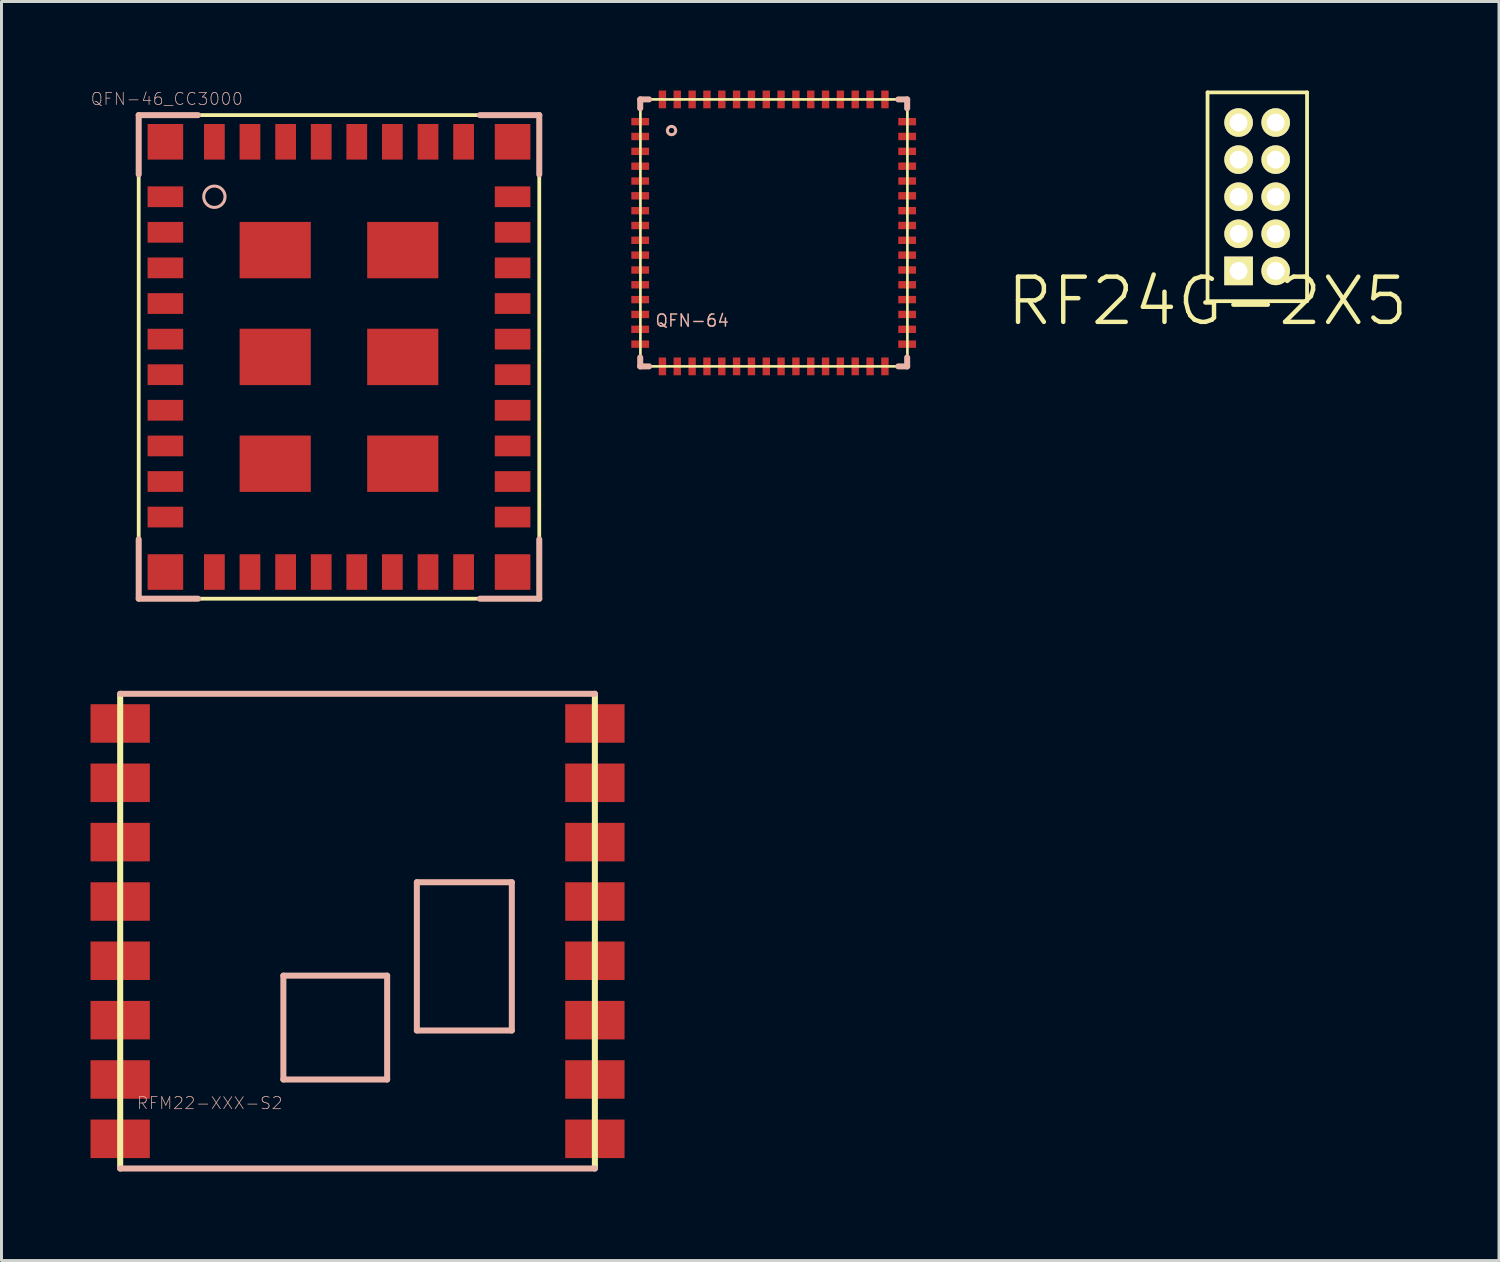
<source format=kicad_pcb>
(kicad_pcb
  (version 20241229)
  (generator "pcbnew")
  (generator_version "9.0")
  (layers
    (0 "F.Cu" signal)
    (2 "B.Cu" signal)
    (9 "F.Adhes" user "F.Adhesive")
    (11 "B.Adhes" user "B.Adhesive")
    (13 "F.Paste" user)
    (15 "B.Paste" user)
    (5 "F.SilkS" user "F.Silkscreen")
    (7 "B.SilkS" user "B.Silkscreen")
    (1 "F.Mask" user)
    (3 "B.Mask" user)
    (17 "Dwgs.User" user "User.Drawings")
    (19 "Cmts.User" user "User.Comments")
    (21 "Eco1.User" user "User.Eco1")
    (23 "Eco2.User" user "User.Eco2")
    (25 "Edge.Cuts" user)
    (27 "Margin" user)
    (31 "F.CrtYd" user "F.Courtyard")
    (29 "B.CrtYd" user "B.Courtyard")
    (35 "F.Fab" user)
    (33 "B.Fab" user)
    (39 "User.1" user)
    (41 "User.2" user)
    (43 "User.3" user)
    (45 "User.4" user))
  (footprint "RFM22-XXX-S2"
    (layer "F.Cu")
    (at 8.998 28.327)
    (property "Reference" "RFM22-XXX-S2" (at -4.983 5.796 0) (layer "B.SilkS") (effects (font (size 0.406 0.406) (thickness 0.025))))
    (attr smd)
    (fp_line (start -7.998 -7.998) (end -7.998 7.998) (stroke (width 0.203) (type solid)) (layer "F.SilkS"))
    (fp_line (start 7.998 7.998) (end 7.998 -7.998) (stroke (width 0.203) (type solid)) (layer "F.SilkS"))
    (fp_line (start -7.998 -7.998) (end 7.998 -7.998) (stroke (width 0.203) (type solid)) (layer "B.SilkS"))
    (fp_line (start -2.499 1.499) (end 0.998 1.499) (stroke (width 0.203) (type solid)) (layer "B.SilkS"))
    (fp_line (start -2.499 4.999) (end -2.499 1.499) (stroke (width 0.203) (type solid)) (layer "B.SilkS"))
    (fp_line (start 0.998 1.499) (end 0.998 4.999) (stroke (width 0.203) (type solid)) (layer "B.SilkS"))
    (fp_line (start 0.998 4.999) (end -2.499 4.999) (stroke (width 0.203) (type solid)) (layer "B.SilkS"))
    (fp_line (start 1.999 -1.648) (end 1.999 3.348) (stroke (width 0.203) (type solid)) (layer "B.SilkS"))
    (fp_line (start 1.999 -1.648) (end 5.199 -1.648) (stroke (width 0.203) (type solid)) (layer "B.SilkS"))
    (fp_line (start 1.999 3.348) (end 5.199 3.348) (stroke (width 0.203) (type solid)) (layer "B.SilkS"))
    (fp_line (start 5.199 -1.648) (end 5.199 3.348) (stroke (width 0.203) (type solid)) (layer "B.SilkS"))
    (fp_line (start 7.998 7.998) (end -7.998 7.998) (stroke (width 0.203) (type solid)) (layer "B.SilkS"))
    (pad "1" smd rect (at -7.998 -6.998 90) (size 1.298 1.999) (layers "F.Cu" "F.Mask" "F.Paste"))
    (pad "2" smd rect (at -7.998 -4.999 90) (size 1.298 1.999) (layers "F.Cu" "F.Mask" "F.Paste"))
    (pad "3" smd rect (at -7.998 -3 90) (size 1.298 1.999) (layers "F.Cu" "F.Mask" "F.Paste"))
    (pad "4" smd rect (at -7.998 -0.998 90) (size 1.298 1.999) (layers "F.Cu" "F.Mask" "F.Paste"))
    (pad "5" smd rect (at -7.998 0.998 90) (size 1.298 1.999) (layers "F.Cu" "F.Mask" "F.Paste"))
    (pad "6" smd rect (at -7.998 3 90) (size 1.298 1.999) (layers "F.Cu" "F.Mask" "F.Paste"))
    (pad "7" smd rect (at -7.998 4.999 90) (size 1.298 1.999) (layers "F.Cu" "F.Mask" "F.Paste"))
    (pad "8" smd rect (at -7.998 6.998 90) (size 1.298 1.999) (layers "F.Cu" "F.Mask" "F.Paste"))
    (pad "9" smd rect (at 7.998 6.998 90) (size 1.298 1.999) (layers "F.Cu" "F.Mask" "F.Paste"))
    (pad "10" smd rect (at 7.998 4.999 90) (size 1.298 1.999) (layers "F.Cu" "F.Mask" "F.Paste"))
    (pad "11" smd rect (at 7.998 3 90) (size 1.298 1.999) (layers "F.Cu" "F.Mask" "F.Paste"))
    (pad "12" smd rect (at 7.998 0.998 90) (size 1.298 1.999) (layers "F.Cu" "F.Mask" "F.Paste"))
    (pad "13" smd rect (at 7.998 -0.998 90) (size 1.298 1.999) (layers "F.Cu" "F.Mask" "F.Paste"))
    (pad "14" smd rect (at 7.998 -3 90) (size 1.298 1.999) (layers "F.Cu" "F.Mask" "F.Paste"))
    (pad "15" smd rect (at 7.998 -4.999 90) (size 1.298 1.999) (layers "F.Cu" "F.Mask" "F.Paste"))
    (pad "16" smd rect (at 7.998 -6.998 90) (size 1.298 1.999) (layers "F.Cu" "F.Mask" "F.Paste")))
  (footprint "RF24G-2X5"
    (layer "F.Cu")
    (at 37.641 7.099)
    (property "Reference" "RF24G-2X5" (at 0 0 0) (layer "F.SilkS") (effects (font (size 1.524 1.524) (thickness 0.15))))
    (attr exclude_from_pos_files exclude_from_bom)
    (fp_line (start 0 -7.036) (end 0 0) (stroke (width 0.127) (type solid)) (layer "F.SilkS"))
    (fp_line (start 0 0) (end 3.353 0) (stroke (width 0.127) (type solid)) (layer "F.SilkS"))
    (fp_line (start 3.353 -7.036) (end 0 -7.036) (stroke (width 0.127) (type solid)) (layer "F.SilkS"))
    (fp_line (start 3.353 0) (end 3.353 -7.036) (stroke (width 0.127) (type solid)) (layer "F.SilkS"))
    (pad "1" thru_hole rect (at 1.046 -1.021) (size 0.965 0.965) (drill 0.599) (layers "*.Cu" "F.Mask" "F.SilkS" "F.Paste"))
    (pad "2" thru_hole circle (at 1.046 -2.271) (size 0.965 0.965) (drill 0.599) (layers "*.Cu" "F.Mask" "F.SilkS" "F.Paste"))
    (pad "3" thru_hole circle (at 1.046 -3.52) (size 0.965 0.965) (drill 0.599) (layers "*.Cu" "F.Mask" "F.SilkS" "F.Paste"))
    (pad "4" thru_hole circle (at 1.046 -4.77) (size 0.965 0.965) (drill 0.599) (layers "*.Cu" "F.Mask" "F.SilkS" "F.Paste"))
    (pad "5" thru_hole circle (at 1.046 -6.02) (size 0.965 0.965) (drill 0.599) (layers "*.Cu" "F.Mask" "F.SilkS" "F.Paste"))
    (pad "6" thru_hole circle (at 2.296 -6.02) (size 0.965 0.965) (drill 0.599) (layers "*.Cu" "F.Mask" "F.SilkS" "F.Paste"))
    (pad "7" thru_hole circle (at 2.296 -4.77) (size 0.965 0.965) (drill 0.599) (layers "*.Cu" "F.Mask" "F.SilkS" "F.Paste"))
    (pad "8" thru_hole circle (at 2.296 -3.52) (size 0.965 0.965) (drill 0.599) (layers "*.Cu" "F.Mask" "F.SilkS" "F.Paste"))
    (pad "9" thru_hole circle (at 2.296 -2.271) (size 0.965 0.965) (drill 0.599) (layers "*.Cu" "F.Mask" "F.SilkS" "F.Paste"))
    (pad "10" thru_hole circle (at 2.296 -1.021) (size 0.965 0.965) (drill 0.599) (layers "*.Cu" "F.Mask" "F.SilkS" "F.Paste")))
  (footprint "QFN-46_CC3000"
    (layer "F.Cu")
    (at 8.373 8.977)
    (property "Reference" "QFN-46_CC3000" (at -5.801 -8.694 0) (layer "B.SilkS") (effects (font (size 0.406 0.406) (thickness 0.025))))
    (attr smd)
    (fp_line (start -6.749 -8.148) (end 6.749 -8.148) (stroke (width 0.127) (type solid)) (layer "F.SilkS"))
    (fp_line (start -6.749 8.148) (end -6.749 -8.148) (stroke (width 0.127) (type solid)) (layer "F.SilkS"))
    (fp_line (start 6.749 -8.148) (end 6.749 8.148) (stroke (width 0.127) (type solid)) (layer "F.SilkS"))
    (fp_line (start 6.749 8.148) (end -6.749 8.148) (stroke (width 0.127) (type solid)) (layer "F.SilkS"))
    (fp_line (start -6.749 -8.148) (end -4.75 -8.148) (stroke (width 0.203) (type solid)) (layer "B.SilkS"))
    (fp_line (start -6.749 -6.149) (end -6.749 -8.148) (stroke (width 0.203) (type solid)) (layer "B.SilkS"))
    (fp_line (start -6.749 8.148) (end -6.749 6.149) (stroke (width 0.203) (type solid)) (layer "B.SilkS"))
    (fp_line (start -4.75 8.148) (end -6.749 8.148) (stroke (width 0.203) (type solid)) (layer "B.SilkS"))
    (fp_line (start 4.75 -8.148) (end 6.749 -8.148) (stroke (width 0.203) (type solid)) (layer "B.SilkS"))
    (fp_line (start 6.749 -8.148) (end 6.749 -6.149) (stroke (width 0.203) (type solid)) (layer "B.SilkS"))
    (fp_line (start 6.749 6.149) (end 6.749 8.148) (stroke (width 0.203) (type solid)) (layer "B.SilkS"))
    (fp_line (start 6.749 8.148) (end 4.75 8.148) (stroke (width 0.203) (type solid)) (layer "B.SilkS"))
    (fp_circle (center -4.199 -5.397) (end -4.453 -5.652) (stroke (width 0.102) (type solid)) (fill no) (layer "B.SilkS"))
    (pad "GND@" smd rect (at -5.85 -7.249) (size 1.199 1.199) (layers "F.Cu" "F.Mask" "F.Paste"))
    (pad "GND@" smd rect (at -5.85 7.249) (size 1.199 1.199) (layers "F.Cu" "F.Mask" "F.Paste"))
    (pad "GND@" smd rect (at -2.149 -3.599) (size 2.398 1.9) (layers "F.Cu" "F.Mask" "F.Paste"))
    (pad "GND@" smd rect (at -2.149 0) (size 2.398 1.9) (layers "F.Cu" "F.Mask" "F.Paste"))
    (pad "GND@" smd rect (at -2.149 3.599) (size 2.398 1.9) (layers "F.Cu" "F.Mask" "F.Paste"))
    (pad "GND@" smd rect (at 2.149 -3.599) (size 2.398 1.9) (layers "F.Cu" "F.Mask" "F.Paste"))
    (pad "GND@" smd rect (at 2.149 0) (size 2.398 1.9) (layers "F.Cu" "F.Mask" "F.Paste"))
    (pad "GND@" smd rect (at 2.149 3.599) (size 2.398 1.9) (layers "F.Cu" "F.Mask" "F.Paste"))
    (pad "GND@" smd rect (at 5.85 -7.249) (size 1.199 1.199) (layers "F.Cu" "F.Mask" "F.Paste"))
    (pad "GND@" smd rect (at 5.85 7.249) (size 1.199 1.199) (layers "F.Cu" "F.Mask" "F.Paste"))
    (pad "P$1" smd rect (at -5.85 -5.397) (size 1.199 0.699) (layers "F.Cu" "F.Mask" "F.Paste"))
    (pad "P$2" smd rect (at -5.85 -4.199) (size 1.199 0.699) (layers "F.Cu" "F.Mask" "F.Paste"))
    (pad "P$3" smd rect (at -5.85 -3) (size 1.199 0.699) (layers "F.Cu" "F.Mask" "F.Paste"))
    (pad "P$4" smd rect (at -5.85 -1.798) (size 1.199 0.699) (layers "F.Cu" "F.Mask" "F.Paste"))
    (pad "P$5" smd rect (at -5.85 -0.599) (size 1.199 0.699) (layers "F.Cu" "F.Mask" "F.Paste"))
    (pad "P$6" smd rect (at -5.85 0.599) (size 1.199 0.699) (layers "F.Cu" "F.Mask" "F.Paste"))
    (pad "P$7" smd rect (at -5.85 1.798) (size 1.199 0.699) (layers "F.Cu" "F.Mask" "F.Paste"))
    (pad "P$8" smd rect (at -5.85 3) (size 1.199 0.699) (layers "F.Cu" "F.Mask" "F.Paste"))
    (pad "P$9" smd rect (at -5.85 4.199) (size 1.199 0.699) (layers "F.Cu" "F.Mask" "F.Paste"))
    (pad "P$10" smd rect (at -5.85 5.397) (size 1.199 0.699) (layers "F.Cu" "F.Mask" "F.Paste"))
    (pad "P$11" smd rect (at -4.199 7.249 90) (size 1.199 0.699) (layers "F.Cu" "F.Mask" "F.Paste"))
    (pad "P$12" smd rect (at -3 7.249 90) (size 1.199 0.699) (layers "F.Cu" "F.Mask" "F.Paste"))
    (pad "P$13" smd rect (at -1.798 7.249 90) (size 1.199 0.699) (layers "F.Cu" "F.Mask" "F.Paste"))
    (pad "P$14" smd rect (at -0.599 7.249 90) (size 1.199 0.699) (layers "F.Cu" "F.Mask" "F.Paste"))
    (pad "P$15" smd rect (at 0.599 7.249 90) (size 1.199 0.699) (layers "F.Cu" "F.Mask" "F.Paste"))
    (pad "P$16" smd rect (at 1.798 7.249 90) (size 1.199 0.699) (layers "F.Cu" "F.Mask" "F.Paste"))
    (pad "P$17" smd rect (at 3 7.249 90) (size 1.199 0.699) (layers "F.Cu" "F.Mask" "F.Paste"))
    (pad "P$18" smd rect (at 4.199 7.249 90) (size 1.199 0.699) (layers "F.Cu" "F.Mask" "F.Paste"))
    (pad "P$19" smd rect (at 5.85 5.397) (size 1.199 0.699) (layers "F.Cu" "F.Mask" "F.Paste"))
    (pad "P$20" smd rect (at 5.85 4.199) (size 1.199 0.699) (layers "F.Cu" "F.Mask" "F.Paste"))
    (pad "P$21" smd rect (at 5.85 3) (size 1.199 0.699) (layers "F.Cu" "F.Mask" "F.Paste"))
    (pad "P$22" smd rect (at 5.85 1.798) (size 1.199 0.699) (layers "F.Cu" "F.Mask" "F.Paste"))
    (pad "P$23" smd rect (at 5.85 0.599) (size 1.199 0.699) (layers "F.Cu" "F.Mask" "F.Paste"))
    (pad "P$24" smd rect (at 5.85 -0.599) (size 1.199 0.699) (layers "F.Cu" "F.Mask" "F.Paste"))
    (pad "P$25" smd rect (at 5.85 -1.798) (size 1.199 0.699) (layers "F.Cu" "F.Mask" "F.Paste"))
    (pad "P$26" smd rect (at 5.85 -3) (size 1.199 0.699) (layers "F.Cu" "F.Mask" "F.Paste"))
    (pad "P$27" smd rect (at 5.85 -4.199) (size 1.199 0.699) (layers "F.Cu" "F.Mask" "F.Paste"))
    (pad "P$28" smd rect (at 5.85 -5.397) (size 1.199 0.699) (layers "F.Cu" "F.Mask" "F.Paste"))
    (pad "P$29" smd rect (at 4.199 -7.249 270) (size 1.199 0.699) (layers "F.Cu" "F.Mask" "F.Paste"))
    (pad "P$30" smd rect (at 3 -7.249 270) (size 1.199 0.699) (layers "F.Cu" "F.Mask" "F.Paste"))
    (pad "P$31" smd rect (at 1.798 -7.249 270) (size 1.199 0.699) (layers "F.Cu" "F.Mask" "F.Paste"))
    (pad "P$32" smd rect (at 0.599 -7.249 270) (size 1.199 0.699) (layers "F.Cu" "F.Mask" "F.Paste"))
    (pad "P$33" smd rect (at -0.599 -7.249 270) (size 1.199 0.699) (layers "F.Cu" "F.Mask" "F.Paste"))
    (pad "P$34" smd rect (at -1.798 -7.249 270) (size 1.199 0.699) (layers "F.Cu" "F.Mask" "F.Paste"))
    (pad "P$35" smd rect (at -3 -7.249 270) (size 1.199 0.699) (layers "F.Cu" "F.Mask" "F.Paste"))
    (pad "P$36" smd rect (at -4.199 -7.249 270) (size 1.199 0.699) (layers "F.Cu" "F.Mask" "F.Paste")))
  (footprint "QFN-64"
    (layer "F.Cu")
    (at 23.021 4.798)
    (property "Reference" "QFN-64" (at -2.748 2.954 0) (layer "B.SilkS") (effects (font (size 0.406 0.406) (thickness 0.051))))
    (attr smd)
    (fp_line (start -4.491 -4.498) (end -4.491 4.498) (stroke (width 0.089) (type solid)) (layer "F.SilkS"))
    (fp_line (start -4.491 4.498) (end 4.506 4.498) (stroke (width 0.089) (type solid)) (layer "F.SilkS"))
    (fp_line (start 4.506 -4.498) (end -4.491 -4.498) (stroke (width 0.089) (type solid)) (layer "F.SilkS"))
    (fp_line (start 4.506 4.498) (end 4.506 -4.498) (stroke (width 0.089) (type solid)) (layer "F.SilkS"))
    (fp_circle (center -3.442 -3.449) (end -3.541 -3.548) (stroke (width 0.043) (type solid)) (fill no) (layer "F.SilkS"))
    (fp_line (start -4.498 -4.498) (end -4.498 -4.199) (stroke (width 0.203) (type solid)) (layer "B.SilkS"))
    (fp_line (start -4.498 -4.498) (end -4.199 -4.498) (stroke (width 0.203) (type solid)) (layer "B.SilkS"))
    (fp_line (start -4.498 4.498) (end -4.498 4.199) (stroke (width 0.203) (type solid)) (layer "B.SilkS"))
    (fp_line (start -4.498 4.498) (end -4.199 4.498) (stroke (width 0.203) (type solid)) (layer "B.SilkS"))
    (fp_line (start 4.498 -4.498) (end 4.199 -4.498) (stroke (width 0.203) (type solid)) (layer "B.SilkS"))
    (fp_line (start 4.498 -4.498) (end 4.498 -4.199) (stroke (width 0.203) (type solid)) (layer "B.SilkS"))
    (fp_line (start 4.498 4.498) (end 4.199 4.498) (stroke (width 0.203) (type solid)) (layer "B.SilkS"))
    (fp_line (start 4.498 4.498) (end 4.498 4.199) (stroke (width 0.203) (type solid)) (layer "B.SilkS"))
    (fp_circle (center -3.442 -3.449) (end -3.541 -3.548) (stroke (width 0.102) (type solid)) (fill no) (layer "B.SilkS"))
    (pad "1" smd rect (at -4.498 -3.749 270) (size 0.249 0.599) (layers "F.Cu" "F.Mask" "F.Paste"))
    (pad "2" smd rect (at -4.498 -3.249 270) (size 0.249 0.599) (layers "F.Cu" "F.Mask" "F.Paste"))
    (pad "3" smd rect (at -4.498 -2.748 270) (size 0.249 0.599) (layers "F.Cu" "F.Mask" "F.Paste"))
    (pad "4" smd rect (at -4.498 -2.248 270) (size 0.249 0.599) (layers "F.Cu" "F.Mask" "F.Paste"))
    (pad "5" smd rect (at -4.498 -1.748 270) (size 0.249 0.599) (layers "F.Cu" "F.Mask" "F.Paste"))
    (pad "6" smd rect (at -4.498 -1.25 270) (size 0.249 0.599) (layers "F.Cu" "F.Mask" "F.Paste"))
    (pad "7" smd rect (at -4.498 -0.749 270) (size 0.249 0.599) (layers "F.Cu" "F.Mask" "F.Paste"))
    (pad "8" smd rect (at -4.498 -0.249 270) (size 0.249 0.599) (layers "F.Cu" "F.Mask" "F.Paste"))
    (pad "9" smd rect (at -4.498 0.249 270) (size 0.249 0.599) (layers "F.Cu" "F.Mask" "F.Paste"))
    (pad "10" smd rect (at -4.498 0.749 270) (size 0.249 0.599) (layers "F.Cu" "F.Mask" "F.Paste"))
    (pad "11" smd rect (at -4.498 1.25 270) (size 0.249 0.599) (layers "F.Cu" "F.Mask" "F.Paste"))
    (pad "12" smd rect (at -4.498 1.748 270) (size 0.249 0.599) (layers "F.Cu" "F.Mask" "F.Paste"))
    (pad "13" smd rect (at -4.498 2.248 270) (size 0.249 0.599) (layers "F.Cu" "F.Mask" "F.Paste"))
    (pad "14" smd rect (at -4.498 2.748 270) (size 0.249 0.599) (layers "F.Cu" "F.Mask" "F.Paste"))
    (pad "15" smd rect (at -4.498 3.249 90) (size 0.249 0.599) (layers "F.Cu" "F.Mask" "F.Paste"))
    (pad "16" smd rect (at -4.498 3.749 90) (size 0.249 0.599) (layers "F.Cu" "F.Mask" "F.Paste"))
    (pad "17" smd rect (at -3.749 4.498 180) (size 0.249 0.599) (layers "F.Cu" "F.Mask" "F.Paste"))
    (pad "18" smd rect (at -3.249 4.498 180) (size 0.249 0.599) (layers "F.Cu" "F.Mask" "F.Paste"))
    (pad "19" smd rect (at -2.748 4.498 180) (size 0.249 0.599) (layers "F.Cu" "F.Mask" "F.Paste"))
    (pad "20" smd rect (at -2.248 4.498 180) (size 0.249 0.599) (layers "F.Cu" "F.Mask" "F.Paste"))
    (pad "21" smd rect (at -1.748 4.498 180) (size 0.249 0.599) (layers "F.Cu" "F.Mask" "F.Paste"))
    (pad "22" smd rect (at -1.25 4.498 180) (size 0.249 0.599) (layers "F.Cu" "F.Mask" "F.Paste"))
    (pad "23" smd rect (at -0.749 4.498 180) (size 0.249 0.599) (layers "F.Cu" "F.Mask" "F.Paste"))
    (pad "24" smd rect (at -0.249 4.498 180) (size 0.249 0.599) (layers "F.Cu" "F.Mask" "F.Paste"))
    (pad "25" smd rect (at 0.249 4.498 180) (size 0.249 0.599) (layers "F.Cu" "F.Mask" "F.Paste"))
    (pad "26" smd rect (at 0.749 4.498 180) (size 0.249 0.599) (layers "F.Cu" "F.Mask" "F.Paste"))
    (pad "27" smd rect (at 1.25 4.498 180) (size 0.249 0.599) (layers "F.Cu" "F.Mask" "F.Paste"))
    (pad "28" smd rect (at 1.748 4.498 180) (size 0.249 0.599) (layers "F.Cu" "F.Mask" "F.Paste"))
    (pad "29" smd rect (at 2.248 4.498) (size 0.249 0.599) (layers "F.Cu" "F.Mask" "F.Paste"))
    (pad "30" smd rect (at 2.748 4.498) (size 0.249 0.599) (layers "F.Cu" "F.Mask" "F.Paste"))
    (pad "31" smd rect (at 3.249 4.498) (size 0.249 0.599) (layers "F.Cu" "F.Mask" "F.Paste"))
    (pad "32" smd rect (at 3.749 4.498) (size 0.249 0.599) (layers "F.Cu" "F.Mask" "F.Paste"))
    (pad "33" smd rect (at 4.498 3.749 90) (size 0.249 0.599) (layers "F.Cu" "F.Mask" "F.Paste"))
    (pad "34" smd rect (at 4.498 3.249 90) (size 0.249 0.599) (layers "F.Cu" "F.Mask" "F.Paste"))
    (pad "35" smd rect (at 4.498 2.748 90) (size 0.249 0.599) (layers "F.Cu" "F.Mask" "F.Paste"))
    (pad "36" smd rect (at 4.498 2.248 90) (size 0.249 0.599) (layers "F.Cu" "F.Mask" "F.Paste"))
    (pad "37" smd rect (at 4.498 1.748 90) (size 0.249 0.599) (layers "F.Cu" "F.Mask" "F.Paste"))
    (pad "38" smd rect (at 4.498 1.25 90) (size 0.249 0.599) (layers "F.Cu" "F.Mask" "F.Paste"))
    (pad "39" smd rect (at 4.498 0.749 90) (size 0.249 0.599) (layers "F.Cu" "F.Mask" "F.Paste"))
    (pad "40" smd rect (at 4.498 0.249 90) (size 0.249 0.599) (layers "F.Cu" "F.Mask" "F.Paste"))
    (pad "41" smd rect (at 4.498 -0.249 90) (size 0.249 0.599) (layers "F.Cu" "F.Mask" "F.Paste"))
    (pad "42" smd rect (at 4.498 -0.749 90) (size 0.249 0.599) (layers "F.Cu" "F.Mask" "F.Paste"))
    (pad "43" smd rect (at 4.498 -1.25 90) (size 0.249 0.599) (layers "F.Cu" "F.Mask" "F.Paste"))
    (pad "44" smd rect (at 4.498 -1.748 90) (size 0.249 0.599) (layers "F.Cu" "F.Mask" "F.Paste"))
    (pad "45" smd rect (at 4.498 -2.248 90) (size 0.249 0.599) (layers "F.Cu" "F.Mask" "F.Paste"))
    (pad "46" smd rect (at 4.498 -2.748 90) (size 0.249 0.599) (layers "F.Cu" "F.Mask" "F.Paste"))
    (pad "47" smd rect (at 4.498 -3.249 90) (size 0.249 0.599) (layers "F.Cu" "F.Mask" "F.Paste"))
    (pad "48" smd rect (at 4.498 -3.749 90) (size 0.249 0.599) (layers "F.Cu" "F.Mask" "F.Paste"))
    (pad "49" smd rect (at 3.749 -4.498) (size 0.249 0.599) (layers "F.Cu" "F.Mask" "F.Paste"))
    (pad "50" smd rect (at 3.249 -4.498) (size 0.249 0.599) (layers "F.Cu" "F.Mask" "F.Paste"))
    (pad "51" smd rect (at 2.748 -4.498) (size 0.249 0.599) (layers "F.Cu" "F.Mask" "F.Paste"))
    (pad "52" smd rect (at 2.248 -4.498) (size 0.249 0.599) (layers "F.Cu" "F.Mask" "F.Paste"))
    (pad "53" smd rect (at 1.748 -4.498) (size 0.249 0.599) (layers "F.Cu" "F.Mask" "F.Paste"))
    (pad "54" smd rect (at 1.25 -4.498) (size 0.249 0.599) (layers "F.Cu" "F.Mask" "F.Paste"))
    (pad "55" smd rect (at 0.749 -4.498) (size 0.249 0.599) (layers "F.Cu" "F.Mask" "F.Paste"))
    (pad "56" smd rect (at 0.249 -4.498) (size 0.249 0.599) (layers "F.Cu" "F.Mask" "F.Paste"))
    (pad "57" smd rect (at -0.249 -4.498) (size 0.249 0.599) (layers "F.Cu" "F.Mask" "F.Paste"))
    (pad "58" smd rect (at -0.749 -4.498) (size 0.249 0.599) (layers "F.Cu" "F.Mask" "F.Paste"))
    (pad "59" smd rect (at -1.25 -4.498) (size 0.249 0.599) (layers "F.Cu" "F.Mask" "F.Paste"))
    (pad "60" smd rect (at -1.748 -4.498) (size 0.249 0.599) (layers "F.Cu" "F.Mask" "F.Paste"))
    (pad "61" smd rect (at -2.248 -4.498) (size 0.249 0.599) (layers "F.Cu" "F.Mask" "F.Paste"))
    (pad "62" smd rect (at -2.748 -4.498) (size 0.249 0.599) (layers "F.Cu" "F.Mask" "F.Paste"))
    (pad "63" smd rect (at -3.249 -4.498) (size 0.249 0.599) (layers "F.Cu" "F.Mask" "F.Paste"))
    (pad "64" smd rect (at -3.749 -4.498) (size 0.249 0.599) (layers "F.Cu" "F.Mask" "F.Paste")))
  (gr_rect
    (start -3 -3)
    (end 47.463 39.427)
    (stroke (width 0.1) (type default))
    (fill no)
    (layer "Edge.Cuts")))
</source>
